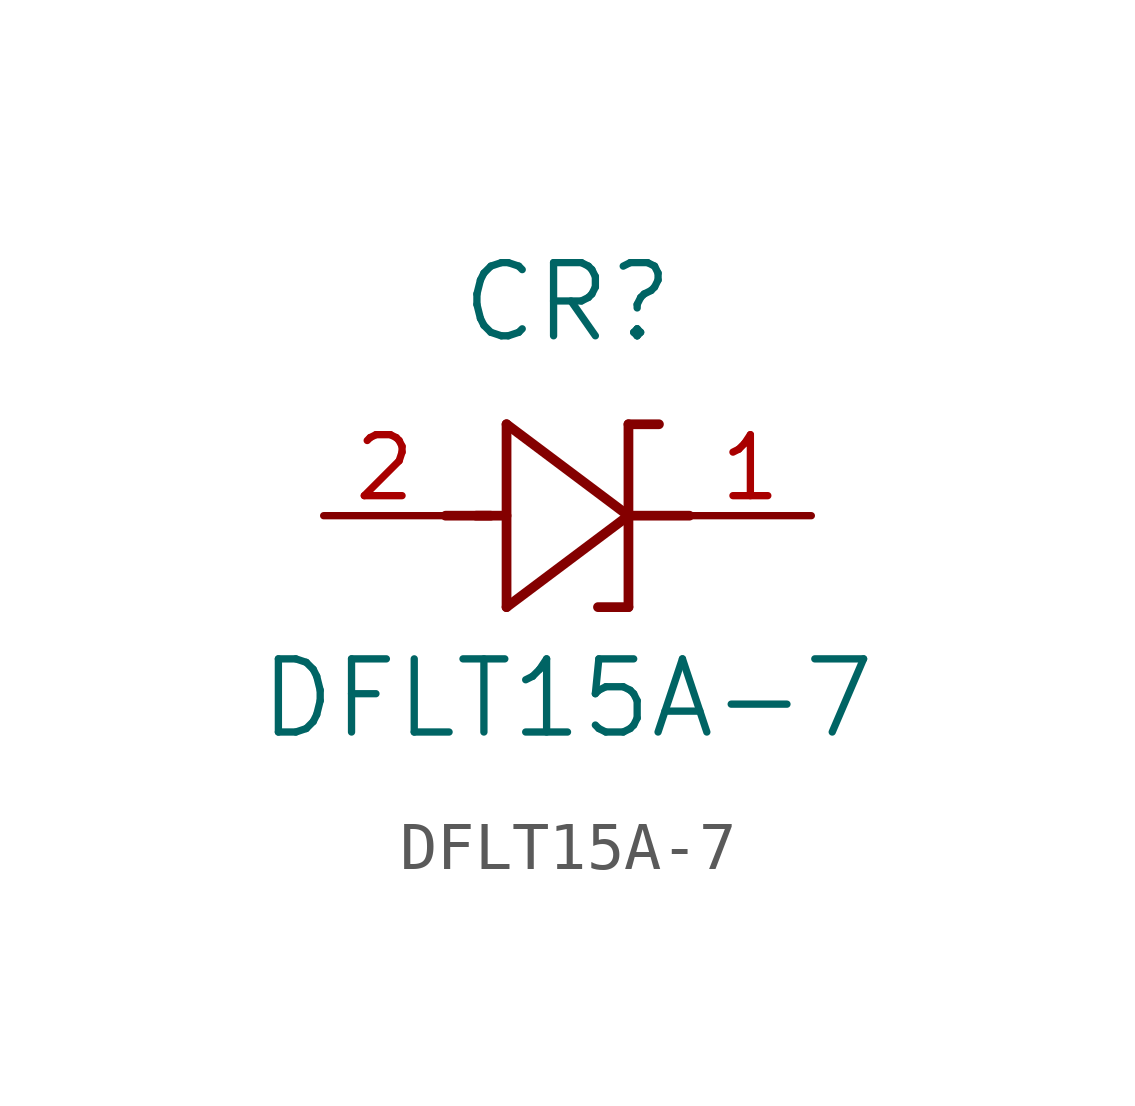
<source format=kicad_sym>
(kicad_symbol_lib
  (version 20211014)
  (generator kicad_symbol_editor)
  (symbol "DFLT15A-7"
    (pin_names
      (offset 0.254))
    (property "Reference" "CR"
      (at 5.08 4.445 0)
      (effects (font (size 1.524 1.524))))
    (property "Value" "DFLT15A-7"
      (at 5.08 -3.81 0)
      (effects (font (size 1.524 1.524))))
    (symbol "DFLT15A-7_0_1"
      (polyline (pts (xy 2.54 0) (xy 3.48 0)) (stroke (width 0.203) (type default) (color 0 0 0 0)) (fill (type none)))
      (polyline (pts (xy 3.175 0) (xy 3.81 0)) (stroke (width 0.203) (type default) (color 0 0 0 0)) (fill (type none)))
      (polyline (pts (xy 3.81 -1.905) (xy 6.35 0)) (stroke (width 0.203) (type default) (color 0 0 0 0)) (fill (type none)))
      (polyline (pts (xy 6.35 -1.905) (xy 5.715 -1.905)) (stroke (width 0.203) (type default) (color 0 0 0 0)) (fill (type none)))
      (polyline (pts (xy 6.35 1.905) (xy 6.985 1.905)) (stroke (width 0.203) (type default) (color 0 0 0 0)) (fill (type none)))
      (polyline (pts (xy 3.81 1.905) (xy 3.81 -1.905)) (stroke (width 0.203) (type default) (color 0 0 0 0)) (fill (type none)))
      (polyline (pts (xy 6.35 -1.905) (xy 6.35 1.905)) (stroke (width 0.203) (type default) (color 0 0 0 0)) (fill (type none)))
      (polyline (pts (xy 6.35 0) (xy 3.81 1.905)) (stroke (width 0.203) (type default) (color 0 0 0 0)) (fill (type none)))
      (polyline (pts (xy 6.35 0) (xy 7.62 0)) (stroke (width 0.203) (type default) (color 0 0 0 0)) (fill (type none)))
      (pin unspecified line (at 0 0 0) (length 2.54) (name "" (effects (font (size 1.27 1.27)))) (number "2" (effects (font (size 1.27 1.27)))))
      (pin unspecified line (at 10.16 0 180) (length 2.54) (name "" (effects (font (size 1.27 1.27)))) (number "1" (effects (font (size 1.27 1.27))))))))
</source>
